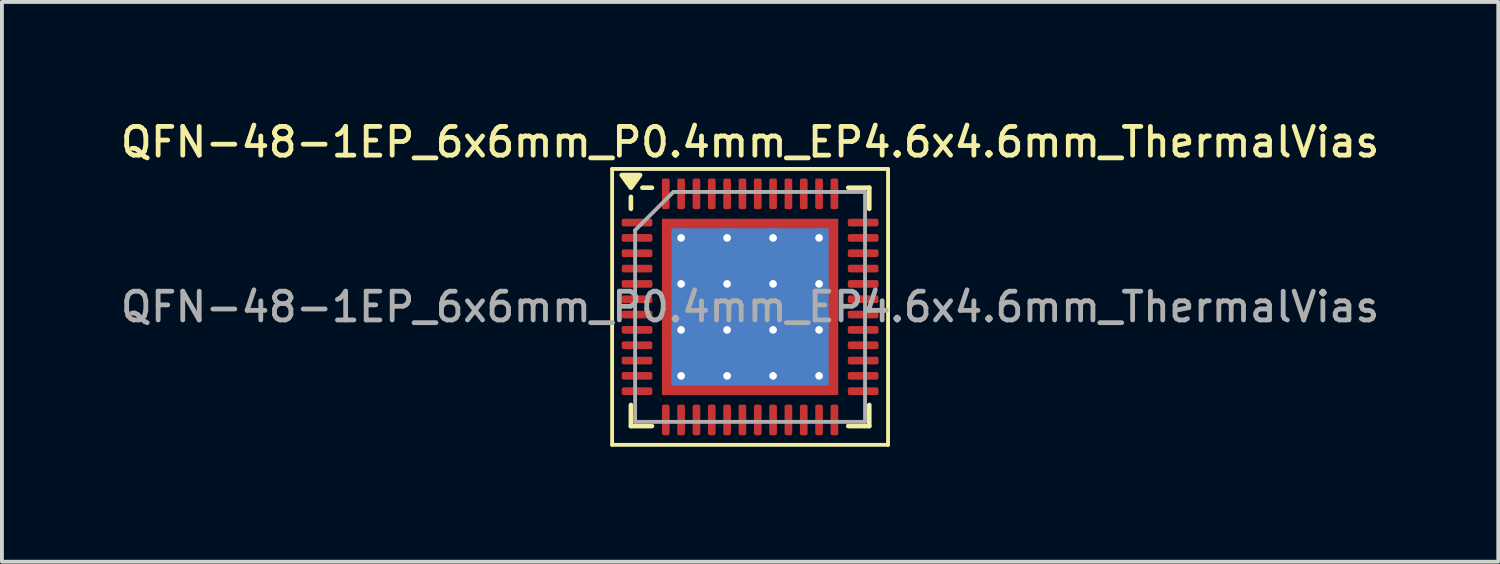
<source format=kicad_pcb>
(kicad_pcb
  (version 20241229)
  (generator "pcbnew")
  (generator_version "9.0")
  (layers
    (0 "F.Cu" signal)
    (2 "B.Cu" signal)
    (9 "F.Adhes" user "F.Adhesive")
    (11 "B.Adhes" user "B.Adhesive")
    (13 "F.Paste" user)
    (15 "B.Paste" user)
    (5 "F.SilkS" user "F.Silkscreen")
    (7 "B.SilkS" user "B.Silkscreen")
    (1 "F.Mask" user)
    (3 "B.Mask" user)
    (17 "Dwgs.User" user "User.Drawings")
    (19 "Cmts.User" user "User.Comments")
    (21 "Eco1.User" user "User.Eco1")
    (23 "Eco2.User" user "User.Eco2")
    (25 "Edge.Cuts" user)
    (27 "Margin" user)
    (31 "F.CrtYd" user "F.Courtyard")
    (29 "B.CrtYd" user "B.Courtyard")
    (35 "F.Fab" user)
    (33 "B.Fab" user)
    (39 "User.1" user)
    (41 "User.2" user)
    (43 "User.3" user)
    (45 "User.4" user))
  (footprint "QFN-48-1EP_6x6mm_P0.4mm_EP4.6x4.6mm_ThermalVias"
    (layer "F.Cu")
    (at 16.523 4.958)
    (property "Reference" "QFN-48-1EP_6x6mm_P0.4mm_EP4.6x4.6mm_ThermalVias" (at 0 -4.3 0) (layer "F.SilkS") (effects (font (size 0.75 0.75) (thickness 0.125))))
    (attr smd)
    (fp_line (start -3.6 -3.6) (end -3.6 3.6) (stroke (width 0.1) (type solid)) (layer "F.SilkS"))
    (fp_line (start -3.6 3.6) (end 3.6 3.6) (stroke (width 0.1) (type solid)) (layer "F.SilkS"))
    (fp_line (start -3.11 -2.56) (end -3.11 -2.87) (stroke (width 0.12) (type solid)) (layer "F.SilkS"))
    (fp_line (start -3.11 3.11) (end -3.11 2.56) (stroke (width 0.12) (type solid)) (layer "F.SilkS"))
    (fp_line (start -2.56 -3.11) (end -2.81 -3.11) (stroke (width 0.12) (type solid)) (layer "F.SilkS"))
    (fp_line (start -2.56 3.11) (end -3.11 3.11) (stroke (width 0.12) (type solid)) (layer "F.SilkS"))
    (fp_line (start 2.56 -3.11) (end 3.11 -3.11) (stroke (width 0.12) (type solid)) (layer "F.SilkS"))
    (fp_line (start 2.56 3.11) (end 3.11 3.11) (stroke (width 0.12) (type solid)) (layer "F.SilkS"))
    (fp_line (start 3.11 -3.11) (end 3.11 -2.56) (stroke (width 0.12) (type solid)) (layer "F.SilkS"))
    (fp_line (start 3.11 3.11) (end 3.11 2.56) (stroke (width 0.12) (type solid)) (layer "F.SilkS"))
    (fp_line (start 3.6 -3.6) (end -3.6 -3.6) (stroke (width 0.1) (type solid)) (layer "F.SilkS"))
    (fp_line (start 3.6 3.6) (end 3.6 -3.6) (stroke (width 0.1) (type solid)) (layer "F.SilkS"))
    (fp_poly (pts (xy -3.11 -3.11) (xy -3.35 -3.44) (xy -2.87 -3.44) (xy -3.11 -3.11)) (stroke (width 0.12) (type solid)) (fill yes) (layer "F.SilkS"))
    (fp_line (start -3 -2) (end -2 -3) (stroke (width 0.1) (type solid)) (layer "F.Fab"))
    (fp_line (start -3 3) (end -3 -2) (stroke (width 0.1) (type solid)) (layer "F.Fab"))
    (fp_line (start -2 -3) (end 3 -3) (stroke (width 0.1) (type solid)) (layer "F.Fab"))
    (fp_line (start 3 -3) (end 3 3) (stroke (width 0.1) (type solid)) (layer "F.Fab"))
    (fp_line (start 3 3) (end -3 3) (stroke (width 0.1) (type solid)) (layer "F.Fab"))
    (fp_text user "${REFERENCE}" (at 0 0 0) (layer "F.Fab") (effects (font (size 0.75 0.75) (thickness 0.125))))
    (pad "" smd custom (at -2.05 -2.05) (size 0.272 0.272) (layers "F.Paste") (options (anchor circle)) (primitives (gr_poly (pts (xy -0.101 -0.101) (xy 0.101 -0.101) (xy 0.101 -0.026) (xy -0.026 0.101) (xy -0.101 0.101)) (width 0.202) (fill yes))))
    (pad "" smd custom (at -2.05 -1.2) (size 0.32 0.32) (layers "F.Paste") (options (anchor circle)) (primitives (gr_poly (pts (xy -0.118 -0.4) (xy 0.049 -0.4) (xy 0.118 -0.331) (xy 0.118 0.331) (xy 0.049 0.4) (xy -0.118 0.4)) (width 0.167) (fill yes))))
    (pad "" smd custom (at -2.05 0) (size 0.32 0.32) (layers "F.Paste") (options (anchor circle)) (primitives (gr_poly (pts (xy -0.118 -0.4) (xy 0.049 -0.4) (xy 0.118 -0.331) (xy 0.118 0.331) (xy 0.049 0.4) (xy -0.118 0.4)) (width 0.167) (fill yes))))
    (pad "" smd custom (at -2.05 1.2) (size 0.32 0.32) (layers "F.Paste") (options (anchor circle)) (primitives (gr_poly (pts (xy -0.118 -0.4) (xy 0.049 -0.4) (xy 0.118 -0.331) (xy 0.118 0.331) (xy 0.049 0.4) (xy -0.118 0.4)) (width 0.167) (fill yes))))
    (pad "" smd custom (at -2.05 2.05) (size 0.272 0.272) (layers "F.Paste") (options (anchor circle)) (primitives (gr_poly (pts (xy -0.101 -0.101) (xy -0.026 -0.101) (xy 0.101 0.026) (xy 0.101 0.101) (xy -0.101 0.101)) (width 0.202) (fill yes))))
    (pad "" smd custom (at -1.2 -2.05) (size 0.32 0.32) (layers "F.Paste") (options (anchor circle)) (primitives (gr_poly (pts (xy -0.4 -0.118) (xy 0.4 -0.118) (xy 0.4 0.049) (xy 0.331 0.118) (xy -0.331 0.118) (xy -0.4 0.049)) (width 0.167) (fill yes))))
    (pad "" smd roundrect (at -1.2 -1.2) (size 0.967 0.967) (layers "F.Paste") (roundrect_rratio 0.25))
    (pad "" smd roundrect (at -1.2 0) (size 0.967 0.967) (layers "F.Paste") (roundrect_rratio 0.25))
    (pad "" smd roundrect (at -1.2 1.2) (size 0.967 0.967) (layers "F.Paste") (roundrect_rratio 0.25))
    (pad "" smd custom (at -1.2 2.05) (size 0.32 0.32) (layers "F.Paste") (options (anchor circle)) (primitives (gr_poly (pts (xy -0.4 -0.049) (xy -0.331 -0.118) (xy 0.331 -0.118) (xy 0.4 -0.049) (xy 0.4 0.118) (xy -0.4 0.118)) (width 0.167) (fill yes))))
    (pad "" smd custom (at 0 -2.05) (size 0.32 0.32) (layers "F.Paste") (options (anchor circle)) (primitives (gr_poly (pts (xy -0.4 -0.118) (xy 0.4 -0.118) (xy 0.4 0.049) (xy 0.331 0.118) (xy -0.331 0.118) (xy -0.4 0.049)) (width 0.167) (fill yes))))
    (pad "" smd roundrect (at 0 -1.2) (size 0.967 0.967) (layers "F.Paste") (roundrect_rratio 0.25))
    (pad "" smd roundrect (at 0 0) (size 0.967 0.967) (layers "F.Paste") (roundrect_rratio 0.25))
    (pad "" smd roundrect (at 0 1.2) (size 0.967 0.967) (layers "F.Paste") (roundrect_rratio 0.25))
    (pad "" smd custom (at 0 2.05) (size 0.32 0.32) (layers "F.Paste") (options (anchor circle)) (primitives (gr_poly (pts (xy -0.4 -0.049) (xy -0.331 -0.118) (xy 0.331 -0.118) (xy 0.4 -0.049) (xy 0.4 0.118) (xy -0.4 0.118)) (width 0.167) (fill yes))))
    (pad "" smd custom (at 1.2 -2.05) (size 0.32 0.32) (layers "F.Paste") (options (anchor circle)) (primitives (gr_poly (pts (xy -0.4 -0.118) (xy 0.4 -0.118) (xy 0.4 0.049) (xy 0.331 0.118) (xy -0.331 0.118) (xy -0.4 0.049)) (width 0.167) (fill yes))))
    (pad "" smd roundrect (at 1.2 -1.2) (size 0.967 0.967) (layers "F.Paste") (roundrect_rratio 0.25))
    (pad "" smd roundrect (at 1.2 0) (size 0.967 0.967) (layers "F.Paste") (roundrect_rratio 0.25))
    (pad "" smd roundrect (at 1.2 1.2) (size 0.967 0.967) (layers "F.Paste") (roundrect_rratio 0.25))
    (pad "" smd custom (at 1.2 2.05) (size 0.32 0.32) (layers "F.Paste") (options (anchor circle)) (primitives (gr_poly (pts (xy -0.4 -0.049) (xy -0.331 -0.118) (xy 0.331 -0.118) (xy 0.4 -0.049) (xy 0.4 0.118) (xy -0.4 0.118)) (width 0.167) (fill yes))))
    (pad "" smd custom (at 2.05 -2.05) (size 0.272 0.272) (layers "F.Paste") (options (anchor circle)) (primitives (gr_poly (pts (xy -0.101 -0.101) (xy 0.101 -0.101) (xy 0.101 0.101) (xy 0.026 0.101) (xy -0.101 -0.026)) (width 0.202) (fill yes))))
    (pad "" smd custom (at 2.05 -1.2) (size 0.32 0.32) (layers "F.Paste") (options (anchor circle)) (primitives (gr_poly (pts (xy -0.118 -0.331) (xy -0.049 -0.4) (xy 0.118 -0.4) (xy 0.118 0.4) (xy -0.049 0.4) (xy -0.118 0.331)) (width 0.167) (fill yes))))
    (pad "" smd custom (at 2.05 0) (size 0.32 0.32) (layers "F.Paste") (options (anchor circle)) (primitives (gr_poly (pts (xy -0.118 -0.331) (xy -0.049 -0.4) (xy 0.118 -0.4) (xy 0.118 0.4) (xy -0.049 0.4) (xy -0.118 0.331)) (width 0.167) (fill yes))))
    (pad "" smd custom (at 2.05 1.2) (size 0.32 0.32) (layers "F.Paste") (options (anchor circle)) (primitives (gr_poly (pts (xy -0.118 -0.331) (xy -0.049 -0.4) (xy 0.118 -0.4) (xy 0.118 0.4) (xy -0.049 0.4) (xy -0.118 0.331)) (width 0.167) (fill yes))))
    (pad "" smd custom (at 2.05 2.05) (size 0.272 0.272) (layers "F.Paste") (options (anchor circle)) (primitives (gr_poly (pts (xy -0.101 0.026) (xy 0.026 -0.101) (xy 0.101 -0.101) (xy 0.101 0.101) (xy -0.101 0.101)) (width 0.202) (fill yes))))
    (pad "1" smd roundrect (at -2.95 -2.2) (size 0.8 0.2) (layers "F.Cu" "F.Mask" "F.Paste") (roundrect_rratio 0.25))
    (pad "2" smd roundrect (at -2.95 -1.8) (size 0.8 0.2) (layers "F.Cu" "F.Mask" "F.Paste") (roundrect_rratio 0.25))
    (pad "3" smd roundrect (at -2.95 -1.4) (size 0.8 0.2) (layers "F.Cu" "F.Mask" "F.Paste") (roundrect_rratio 0.25))
    (pad "4" smd roundrect (at -2.95 -1) (size 0.8 0.2) (layers "F.Cu" "F.Mask" "F.Paste") (roundrect_rratio 0.25))
    (pad "5" smd roundrect (at -2.95 -0.6) (size 0.8 0.2) (layers "F.Cu" "F.Mask" "F.Paste") (roundrect_rratio 0.25))
    (pad "6" smd roundrect (at -2.95 -0.2) (size 0.8 0.2) (layers "F.Cu" "F.Mask" "F.Paste") (roundrect_rratio 0.25))
    (pad "7" smd roundrect (at -2.95 0.2) (size 0.8 0.2) (layers "F.Cu" "F.Mask" "F.Paste") (roundrect_rratio 0.25))
    (pad "8" smd roundrect (at -2.95 0.6) (size 0.8 0.2) (layers "F.Cu" "F.Mask" "F.Paste") (roundrect_rratio 0.25))
    (pad "9" smd roundrect (at -2.95 1) (size 0.8 0.2) (layers "F.Cu" "F.Mask" "F.Paste") (roundrect_rratio 0.25))
    (pad "10" smd roundrect (at -2.95 1.4) (size 0.8 0.2) (layers "F.Cu" "F.Mask" "F.Paste") (roundrect_rratio 0.25))
    (pad "11" smd roundrect (at -2.95 1.8) (size 0.8 0.2) (layers "F.Cu" "F.Mask" "F.Paste") (roundrect_rratio 0.25))
    (pad "12" smd roundrect (at -2.95 2.2) (size 0.8 0.2) (layers "F.Cu" "F.Mask" "F.Paste") (roundrect_rratio 0.25))
    (pad "13" smd roundrect (at -2.2 2.95) (size 0.2 0.8) (layers "F.Cu" "F.Mask" "F.Paste") (roundrect_rratio 0.25))
    (pad "14" smd roundrect (at -1.8 2.95) (size 0.2 0.8) (layers "F.Cu" "F.Mask" "F.Paste") (roundrect_rratio 0.25))
    (pad "15" smd roundrect (at -1.4 2.95) (size 0.2 0.8) (layers "F.Cu" "F.Mask" "F.Paste") (roundrect_rratio 0.25))
    (pad "16" smd roundrect (at -1 2.95) (size 0.2 0.8) (layers "F.Cu" "F.Mask" "F.Paste") (roundrect_rratio 0.25))
    (pad "17" smd roundrect (at -0.6 2.95) (size 0.2 0.8) (layers "F.Cu" "F.Mask" "F.Paste") (roundrect_rratio 0.25))
    (pad "18" smd roundrect (at -0.2 2.95) (size 0.2 0.8) (layers "F.Cu" "F.Mask" "F.Paste") (roundrect_rratio 0.25))
    (pad "19" smd roundrect (at 0.2 2.95) (size 0.2 0.8) (layers "F.Cu" "F.Mask" "F.Paste") (roundrect_rratio 0.25))
    (pad "20" smd roundrect (at 0.6 2.95) (size 0.2 0.8) (layers "F.Cu" "F.Mask" "F.Paste") (roundrect_rratio 0.25))
    (pad "21" smd roundrect (at 1 2.95) (size 0.2 0.8) (layers "F.Cu" "F.Mask" "F.Paste") (roundrect_rratio 0.25))
    (pad "22" smd roundrect (at 1.4 2.95) (size 0.2 0.8) (layers "F.Cu" "F.Mask" "F.Paste") (roundrect_rratio 0.25))
    (pad "23" smd roundrect (at 1.8 2.95) (size 0.2 0.8) (layers "F.Cu" "F.Mask" "F.Paste") (roundrect_rratio 0.25))
    (pad "24" smd roundrect (at 2.2 2.95) (size 0.2 0.8) (layers "F.Cu" "F.Mask" "F.Paste") (roundrect_rratio 0.25))
    (pad "25" smd roundrect (at 2.95 2.2) (size 0.8 0.2) (layers "F.Cu" "F.Mask" "F.Paste") (roundrect_rratio 0.25))
    (pad "26" smd roundrect (at 2.95 1.8) (size 0.8 0.2) (layers "F.Cu" "F.Mask" "F.Paste") (roundrect_rratio 0.25))
    (pad "27" smd roundrect (at 2.95 1.4) (size 0.8 0.2) (layers "F.Cu" "F.Mask" "F.Paste") (roundrect_rratio 0.25))
    (pad "28" smd roundrect (at 2.95 1) (size 0.8 0.2) (layers "F.Cu" "F.Mask" "F.Paste") (roundrect_rratio 0.25))
    (pad "29" smd roundrect (at 2.95 0.6) (size 0.8 0.2) (layers "F.Cu" "F.Mask" "F.Paste") (roundrect_rratio 0.25))
    (pad "30" smd roundrect (at 2.95 0.2) (size 0.8 0.2) (layers "F.Cu" "F.Mask" "F.Paste") (roundrect_rratio 0.25))
    (pad "31" smd roundrect (at 2.95 -0.2) (size 0.8 0.2) (layers "F.Cu" "F.Mask" "F.Paste") (roundrect_rratio 0.25))
    (pad "32" smd roundrect (at 2.95 -0.6) (size 0.8 0.2) (layers "F.Cu" "F.Mask" "F.Paste") (roundrect_rratio 0.25))
    (pad "33" smd roundrect (at 2.95 -1) (size 0.8 0.2) (layers "F.Cu" "F.Mask" "F.Paste") (roundrect_rratio 0.25))
    (pad "34" smd roundrect (at 2.95 -1.4) (size 0.8 0.2) (layers "F.Cu" "F.Mask" "F.Paste") (roundrect_rratio 0.25))
    (pad "35" smd roundrect (at 2.95 -1.8) (size 0.8 0.2) (layers "F.Cu" "F.Mask" "F.Paste") (roundrect_rratio 0.25))
    (pad "36" smd roundrect (at 2.95 -2.2) (size 0.8 0.2) (layers "F.Cu" "F.Mask" "F.Paste") (roundrect_rratio 0.25))
    (pad "37" smd roundrect (at 2.2 -2.95) (size 0.2 0.8) (layers "F.Cu" "F.Mask" "F.Paste") (roundrect_rratio 0.25))
    (pad "38" smd roundrect (at 1.8 -2.95) (size 0.2 0.8) (layers "F.Cu" "F.Mask" "F.Paste") (roundrect_rratio 0.25))
    (pad "39" smd roundrect (at 1.4 -2.95) (size 0.2 0.8) (layers "F.Cu" "F.Mask" "F.Paste") (roundrect_rratio 0.25))
    (pad "40" smd roundrect (at 1 -2.95) (size 0.2 0.8) (layers "F.Cu" "F.Mask" "F.Paste") (roundrect_rratio 0.25))
    (pad "41" smd roundrect (at 0.6 -2.95) (size 0.2 0.8) (layers "F.Cu" "F.Mask" "F.Paste") (roundrect_rratio 0.25))
    (pad "42" smd roundrect (at 0.2 -2.95) (size 0.2 0.8) (layers "F.Cu" "F.Mask" "F.Paste") (roundrect_rratio 0.25))
    (pad "43" smd roundrect (at -0.2 -2.95) (size 0.2 0.8) (layers "F.Cu" "F.Mask" "F.Paste") (roundrect_rratio 0.25))
    (pad "44" smd roundrect (at -0.6 -2.95) (size 0.2 0.8) (layers "F.Cu" "F.Mask" "F.Paste") (roundrect_rratio 0.25))
    (pad "45" smd roundrect (at -1 -2.95) (size 0.2 0.8) (layers "F.Cu" "F.Mask" "F.Paste") (roundrect_rratio 0.25))
    (pad "46" smd roundrect (at -1.4 -2.95) (size 0.2 0.8) (layers "F.Cu" "F.Mask" "F.Paste") (roundrect_rratio 0.25))
    (pad "47" smd roundrect (at -1.8 -2.95) (size 0.2 0.8) (layers "F.Cu" "F.Mask" "F.Paste") (roundrect_rratio 0.25))
    (pad "48" smd roundrect (at -2.2 -2.95) (size 0.2 0.8) (layers "F.Cu" "F.Mask" "F.Paste") (roundrect_rratio 0.25))
    (pad "49" thru_hole circle (at -1.8 -1.8) (size 0.5 0.5) (drill 0.2) (property pad_prop_heatsink) (layers "*.Cu"))
    (pad "49" thru_hole circle (at -1.8 -0.6) (size 0.5 0.5) (drill 0.2) (property pad_prop_heatsink) (layers "*.Cu"))
    (pad "49" thru_hole circle (at -1.8 0.6) (size 0.5 0.5) (drill 0.2) (property pad_prop_heatsink) (layers "*.Cu"))
    (pad "49" thru_hole circle (at -1.8 1.8) (size 0.5 0.5) (drill 0.2) (property pad_prop_heatsink) (layers "*.Cu"))
    (pad "49" thru_hole circle (at -0.6 -1.8) (size 0.5 0.5) (drill 0.2) (property pad_prop_heatsink) (layers "*.Cu"))
    (pad "49" thru_hole circle (at -0.6 -0.6) (size 0.5 0.5) (drill 0.2) (property pad_prop_heatsink) (layers "*.Cu"))
    (pad "49" thru_hole circle (at -0.6 0.6) (size 0.5 0.5) (drill 0.2) (property pad_prop_heatsink) (layers "*.Cu"))
    (pad "49" thru_hole circle (at -0.6 1.8) (size 0.5 0.5) (drill 0.2) (property pad_prop_heatsink) (layers "*.Cu"))
    (pad "49" smd rect (at 0 0) (size 4.1 4.1) (property pad_prop_heatsink) (layers "B.Cu"))
    (pad "49" smd rect (at 0 0) (size 4.6 4.6) (property pad_prop_heatsink) (layers "F.Cu" "F.Mask"))
    (pad "49" thru_hole circle (at 0.6 -1.8) (size 0.5 0.5) (drill 0.2) (property pad_prop_heatsink) (layers "*.Cu"))
    (pad "49" thru_hole circle (at 0.6 -0.6) (size 0.5 0.5) (drill 0.2) (property pad_prop_heatsink) (layers "*.Cu"))
    (pad "49" thru_hole circle (at 0.6 0.6) (size 0.5 0.5) (drill 0.2) (property pad_prop_heatsink) (layers "*.Cu"))
    (pad "49" thru_hole circle (at 0.6 1.8) (size 0.5 0.5) (drill 0.2) (property pad_prop_heatsink) (layers "*.Cu"))
    (pad "49" thru_hole circle (at 1.8 -1.8) (size 0.5 0.5) (drill 0.2) (property pad_prop_heatsink) (layers "*.Cu"))
    (pad "49" thru_hole circle (at 1.8 -0.6) (size 0.5 0.5) (drill 0.2) (property pad_prop_heatsink) (layers "*.Cu"))
    (pad "49" thru_hole circle (at 1.8 0.6) (size 0.5 0.5) (drill 0.2) (property pad_prop_heatsink) (layers "*.Cu"))
    (pad "49" thru_hole circle (at 1.8 1.8) (size 0.5 0.5) (drill 0.2) (property pad_prop_heatsink) (layers "*.Cu")))
  (gr_rect
    (start -3 -3)
    (end 36.046 11.608)
    (stroke (width 0.1) (type default))
    (fill no)
    (layer "Edge.Cuts")))
</source>
